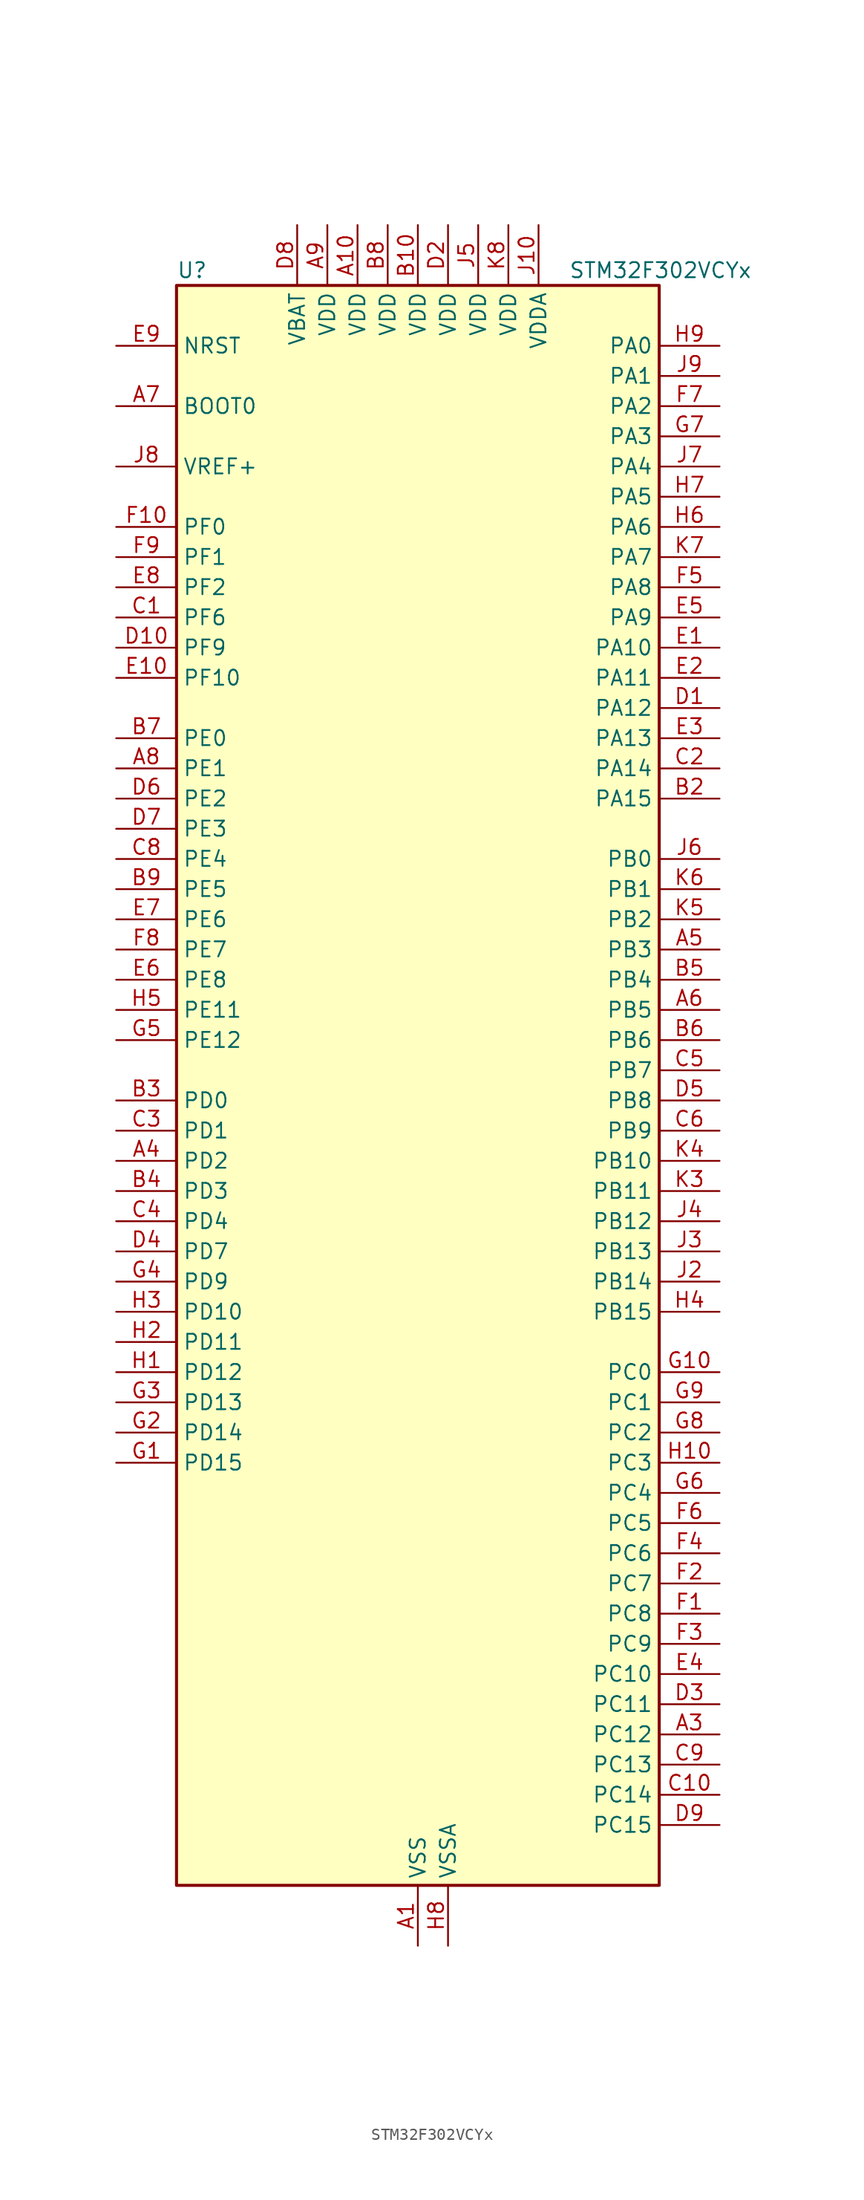
<source format=kicad_sym>
(kicad_symbol_lib
  (version 20241209)
  (generator "kicad_symbol_editor")
  (generator_version "9.0")
  (symbol "STM32F302VCYx"
    (property "Reference" "U"
      (at -20.32 69.85 0)
      (effects (font (size 1.27 1.27)) (justify left)))
    (property "Value" "STM32F302VCYx"
      (at 12.7 69.85 0)
      (effects (font (size 1.27 1.27)) (justify left)))
    (symbol "STM32F302VCYx_0_1"
      (rectangle (start -20.32 -66.04) (end 20.32 68.58) (stroke (width 0.254) (type default)) (fill (type background))))
    (symbol "STM32F302VCYx_1_1"
      (pin input line (at -25.4 63.5 0) (length 5.08) (name "NRST" (effects (font (size 1.27 1.27)))) (number "E9" (effects (font (size 1.27 1.27)))))
      (pin input line (at -25.4 58.42 0) (length 5.08) (name "BOOT0" (effects (font (size 1.27 1.27)))) (number "A7" (effects (font (size 1.27 1.27)))))
      (pin input line (at -25.4 53.34 0) (length 5.08) (name "VREF+" (effects (font (size 1.27 1.27)))) (number "J8" (effects (font (size 1.27 1.27)))))
      (pin bidirectional line (at -25.4 48.26 0) (length 5.08) (name "PF0" (effects (font (size 1.27 1.27)))) (number "F10" (effects (font (size 1.27 1.27)))) (alternate "I2C2_SDA" bidirectional line) (alternate "RCC_OSC_IN" bidirectional line) (alternate "TIM1_CH3N" bidirectional line))
      (pin bidirectional line (at -25.4 45.72 0) (length 5.08) (name "PF1" (effects (font (size 1.27 1.27)))) (number "F9" (effects (font (size 1.27 1.27)))) (alternate "I2C2_SCL" bidirectional line) (alternate "RCC_OSC_OUT" bidirectional line))
      (pin bidirectional line (at -25.4 43.18 0) (length 5.08) (name "PF2" (effects (font (size 1.27 1.27)))) (number "E8" (effects (font (size 1.27 1.27)))) (alternate "ADC1_IN10" bidirectional line) (alternate "ADC2_IN10" bidirectional line))
      (pin bidirectional line (at -25.4 40.64 0) (length 5.08) (name "PF6" (effects (font (size 1.27 1.27)))) (number "C1" (effects (font (size 1.27 1.27)))) (alternate "I2C2_SCL" bidirectional line) (alternate "TIM4_CH4" bidirectional line) (alternate "USART3_DE" bidirectional line) (alternate "USART3_RTS" bidirectional line))
      (pin bidirectional line (at -25.4 38.1 0) (length 5.08) (name "PF9" (effects (font (size 1.27 1.27)))) (number "D10" (effects (font (size 1.27 1.27)))) (alternate "DAC_EXTI9" bidirectional line) (alternate "SPI2_SCK" bidirectional line) (alternate "TIM15_CH1" bidirectional line))
      (pin bidirectional line (at -25.4 35.56 0) (length 5.08) (name "PF10" (effects (font (size 1.27 1.27)))) (number "E10" (effects (font (size 1.27 1.27)))) (alternate "SPI2_SCK" bidirectional line) (alternate "TIM15_CH2" bidirectional line))
      (pin bidirectional line (at -25.4 30.48 0) (length 5.08) (name "PE0" (effects (font (size 1.27 1.27)))) (number "B7" (effects (font (size 1.27 1.27)))) (alternate "TIM16_CH1" bidirectional line) (alternate "TIM4_ETR" bidirectional line) (alternate "USART1_TX" bidirectional line))
      (pin bidirectional line (at -25.4 27.94 0) (length 5.08) (name "PE1" (effects (font (size 1.27 1.27)))) (number "A8" (effects (font (size 1.27 1.27)))) (alternate "TIM17_CH1" bidirectional line) (alternate "USART1_RX" bidirectional line))
      (pin bidirectional line (at -25.4 25.4 0) (length 5.08) (name "PE2" (effects (font (size 1.27 1.27)))) (number "D6" (effects (font (size 1.27 1.27)))) (alternate "SYS_TRACECK" bidirectional line) (alternate "TIM3_CH1" bidirectional line) (alternate "TSC_G7_IO1" bidirectional line))
      (pin bidirectional line (at -25.4 22.86 0) (length 5.08) (name "PE3" (effects (font (size 1.27 1.27)))) (number "D7" (effects (font (size 1.27 1.27)))) (alternate "SYS_TRACED0" bidirectional line) (alternate "TIM3_CH2" bidirectional line) (alternate "TSC_G7_IO2" bidirectional line))
      (pin bidirectional line (at -25.4 20.32 0) (length 5.08) (name "PE4" (effects (font (size 1.27 1.27)))) (number "C8" (effects (font (size 1.27 1.27)))) (alternate "SYS_TRACED1" bidirectional line) (alternate "TIM3_CH3" bidirectional line) (alternate "TSC_G7_IO3" bidirectional line))
      (pin bidirectional line (at -25.4 17.78 0) (length 5.08) (name "PE5" (effects (font (size 1.27 1.27)))) (number "B9" (effects (font (size 1.27 1.27)))) (alternate "SYS_TRACED2" bidirectional line) (alternate "TIM3_CH4" bidirectional line) (alternate "TSC_G7_IO4" bidirectional line))
      (pin bidirectional line (at -25.4 15.24 0) (length 5.08) (name "PE6" (effects (font (size 1.27 1.27)))) (number "E7" (effects (font (size 1.27 1.27)))) (alternate "RTC_TAMP3" bidirectional line) (alternate "SYS_TRACED3" bidirectional line) (alternate "SYS_WKUP3" bidirectional line))
      (pin bidirectional line (at -25.4 12.7 0) (length 5.08) (name "PE7" (effects (font (size 1.27 1.27)))) (number "F8" (effects (font (size 1.27 1.27)))) (alternate "COMP4_INP" bidirectional line) (alternate "TIM1_ETR" bidirectional line))
      (pin bidirectional line (at -25.4 10.16 0) (length 5.08) (name "PE8" (effects (font (size 1.27 1.27)))) (number "E6" (effects (font (size 1.27 1.27)))) (alternate "COMP4_INM" bidirectional line) (alternate "TIM1_CH1N" bidirectional line))
      (pin bidirectional line (at -25.4 7.62 0) (length 5.08) (name "PE11" (effects (font (size 1.27 1.27)))) (number "H5" (effects (font (size 1.27 1.27)))) (alternate "ADC1_EXTI11" bidirectional line) (alternate "ADC2_EXTI11" bidirectional line) (alternate "TIM1_CH2" bidirectional line))
      (pin bidirectional line (at -25.4 5.08 0) (length 5.08) (name "PE12" (effects (font (size 1.27 1.27)))) (number "G5" (effects (font (size 1.27 1.27)))) (alternate "TIM1_CH3N" bidirectional line))
      (pin bidirectional line (at -25.4 0 0) (length 5.08) (name "PD0" (effects (font (size 1.27 1.27)))) (number "B3" (effects (font (size 1.27 1.27)))) (alternate "CAN_RX" bidirectional line))
      (pin bidirectional line (at -25.4 -2.54 0) (length 5.08) (name "PD1" (effects (font (size 1.27 1.27)))) (number "C3" (effects (font (size 1.27 1.27)))) (alternate "CAN_TX" bidirectional line))
      (pin bidirectional line (at -25.4 -5.08 0) (length 5.08) (name "PD2" (effects (font (size 1.27 1.27)))) (number "A4" (effects (font (size 1.27 1.27)))) (alternate "TIM3_ETR" bidirectional line) (alternate "UART5_RX" bidirectional line))
      (pin bidirectional line (at -25.4 -7.62 0) (length 5.08) (name "PD3" (effects (font (size 1.27 1.27)))) (number "B4" (effects (font (size 1.27 1.27)))) (alternate "TIM2_CH1" bidirectional line) (alternate "TIM2_ETR" bidirectional line) (alternate "USART2_CTS" bidirectional line))
      (pin bidirectional line (at -25.4 -10.16 0) (length 5.08) (name "PD4" (effects (font (size 1.27 1.27)))) (number "C4" (effects (font (size 1.27 1.27)))) (alternate "TIM2_CH2" bidirectional line) (alternate "USART2_DE" bidirectional line) (alternate "USART2_RTS" bidirectional line))
      (pin bidirectional line (at -25.4 -12.7 0) (length 5.08) (name "PD7" (effects (font (size 1.27 1.27)))) (number "D4" (effects (font (size 1.27 1.27)))) (alternate "TIM2_CH3" bidirectional line) (alternate "USART2_CK" bidirectional line))
      (pin bidirectional line (at -25.4 -15.24 0) (length 5.08) (name "PD9" (effects (font (size 1.27 1.27)))) (number "G4" (effects (font (size 1.27 1.27)))) (alternate "DAC_EXTI9" bidirectional line) (alternate "USART3_RX" bidirectional line))
      (pin bidirectional line (at -25.4 -17.78 0) (length 5.08) (name "PD10" (effects (font (size 1.27 1.27)))) (number "H3" (effects (font (size 1.27 1.27)))) (alternate "COMP6_INM" bidirectional line) (alternate "USART3_CK" bidirectional line))
      (pin bidirectional line (at -25.4 -20.32 0) (length 5.08) (name "PD11" (effects (font (size 1.27 1.27)))) (number "H2" (effects (font (size 1.27 1.27)))) (alternate "ADC1_EXTI11" bidirectional line) (alternate "ADC2_EXTI11" bidirectional line) (alternate "COMP6_INP" bidirectional line) (alternate "USART3_CTS" bidirectional line))
      (pin bidirectional line (at -25.4 -22.86 0) (length 5.08) (name "PD12" (effects (font (size 1.27 1.27)))) (number "H1" (effects (font (size 1.27 1.27)))) (alternate "TIM4_CH1" bidirectional line) (alternate "TSC_G8_IO1" bidirectional line) (alternate "USART3_DE" bidirectional line) (alternate "USART3_RTS" bidirectional line))
      (pin bidirectional line (at -25.4 -25.4 0) (length 5.08) (name "PD13" (effects (font (size 1.27 1.27)))) (number "G3" (effects (font (size 1.27 1.27)))) (alternate "TIM4_CH2" bidirectional line) (alternate "TSC_G8_IO2" bidirectional line))
      (pin bidirectional line (at -25.4 -27.94 0) (length 5.08) (name "PD14" (effects (font (size 1.27 1.27)))) (number "G2" (effects (font (size 1.27 1.27)))) (alternate "OPAMP2_VINP" bidirectional line) (alternate "OPAMP2_VINP_SEC" bidirectional line) (alternate "TIM4_CH3" bidirectional line) (alternate "TSC_G8_IO3" bidirectional line))
      (pin bidirectional line (at -25.4 -30.48 0) (length 5.08) (name "PD15" (effects (font (size 1.27 1.27)))) (number "G1" (effects (font (size 1.27 1.27)))) (alternate "ADC1_EXTI15" bidirectional line) (alternate "ADC2_EXTI15" bidirectional line) (alternate "SPI2_NSS" bidirectional line) (alternate "TIM4_CH4" bidirectional line) (alternate "TSC_G8_IO4" bidirectional line))
      (pin power_in line (at -10.16 73.66 270) (length 5.08) (name "VBAT" (effects (font (size 1.27 1.27)))) (number "D8" (effects (font (size 1.27 1.27)))))
      (pin power_in line (at -7.62 73.66 270) (length 5.08) (name "VDD" (effects (font (size 1.27 1.27)))) (number "A9" (effects (font (size 1.27 1.27)))))
      (pin power_in line (at -5.08 73.66 270) (length 5.08) (name "VDD" (effects (font (size 1.27 1.27)))) (number "A10" (effects (font (size 1.27 1.27)))))
      (pin power_in line (at -2.54 73.66 270) (length 5.08) (name "VDD" (effects (font (size 1.27 1.27)))) (number "B8" (effects (font (size 1.27 1.27)))))
      (pin power_in line (at 0 73.66 270) (length 5.08) (name "VDD" (effects (font (size 1.27 1.27)))) (number "B10" (effects (font (size 1.27 1.27)))))
      (pin power_in line (at 0 -71.12 90) (length 5.08) (name "VSS" (effects (font (size 1.27 1.27)))) (number "A1" (effects (font (size 1.27 1.27)))))
      (pin passive line (at 0 -71.12 90) (length 5.08) (hide yes) (name "VSS" (effects (font (size 1.27 1.27)))) (number "A2" (effects (font (size 1.27 1.27)))))
      (pin passive line (at 0 -71.12 90) (length 5.08) (hide yes) (name "VSS" (effects (font (size 1.27 1.27)))) (number "B1" (effects (font (size 1.27 1.27)))))
      (pin passive line (at 0 -71.12 90) (length 5.08) (hide yes) (name "VSS" (effects (font (size 1.27 1.27)))) (number "C7" (effects (font (size 1.27 1.27)))))
      (pin passive line (at 0 -71.12 90) (length 5.08) (hide yes) (name "VSS" (effects (font (size 1.27 1.27)))) (number "J1" (effects (font (size 1.27 1.27)))))
      (pin passive line (at 0 -71.12 90) (length 5.08) (hide yes) (name "VSS" (effects (font (size 1.27 1.27)))) (number "K1" (effects (font (size 1.27 1.27)))))
      (pin passive line (at 0 -71.12 90) (length 5.08) (hide yes) (name "VSS" (effects (font (size 1.27 1.27)))) (number "K10" (effects (font (size 1.27 1.27)))))
      (pin passive line (at 0 -71.12 90) (length 5.08) (hide yes) (name "VSS" (effects (font (size 1.27 1.27)))) (number "K2" (effects (font (size 1.27 1.27)))))
      (pin passive line (at 0 -71.12 90) (length 5.08) (hide yes) (name "VSS" (effects (font (size 1.27 1.27)))) (number "K9" (effects (font (size 1.27 1.27)))))
      (pin power_in line (at 2.54 73.66 270) (length 5.08) (name "VDD" (effects (font (size 1.27 1.27)))) (number "D2" (effects (font (size 1.27 1.27)))))
      (pin power_in line (at 2.54 -71.12 90) (length 5.08) (name "VSSA" (effects (font (size 1.27 1.27)))) (number "H8" (effects (font (size 1.27 1.27)))))
      (pin power_in line (at 5.08 73.66 270) (length 5.08) (name "VDD" (effects (font (size 1.27 1.27)))) (number "J5" (effects (font (size 1.27 1.27)))))
      (pin power_in line (at 7.62 73.66 270) (length 5.08) (name "VDD" (effects (font (size 1.27 1.27)))) (number "K8" (effects (font (size 1.27 1.27)))))
      (pin power_in line (at 10.16 73.66 270) (length 5.08) (name "VDDA" (effects (font (size 1.27 1.27)))) (number "J10" (effects (font (size 1.27 1.27)))))
      (pin bidirectional line (at 25.4 63.5 180) (length 5.08) (name "PA0" (effects (font (size 1.27 1.27)))) (number "H9" (effects (font (size 1.27 1.27)))) (alternate "ADC1_IN1" bidirectional line) (alternate "COMP1_INM" bidirectional line) (alternate "COMP1_OUT" bidirectional line) (alternate "RTC_TAMP2" bidirectional line) (alternate "SYS_WKUP1" bidirectional line) (alternate "TIM2_CH1" bidirectional line) (alternate "TIM2_ETR" bidirectional line) (alternate "TSC_G1_IO1" bidirectional line) (alternate "USART2_CTS" bidirectional line))
      (pin bidirectional line (at 25.4 60.96 180) (length 5.08) (name "PA1" (effects (font (size 1.27 1.27)))) (number "J9" (effects (font (size 1.27 1.27)))) (alternate "ADC1_IN2" bidirectional line) (alternate "COMP1_INP" bidirectional line) (alternate "OPAMP1_VINP" bidirectional line) (alternate "OPAMP1_VINP_SEC" bidirectional line) (alternate "RTC_REFIN" bidirectional line) (alternate "TIM15_CH1N" bidirectional line) (alternate "TIM2_CH2" bidirectional line) (alternate "TSC_G1_IO2" bidirectional line) (alternate "USART2_DE" bidirectional line) (alternate "USART2_RTS" bidirectional line))
      (pin bidirectional line (at 25.4 58.42 180) (length 5.08) (name "PA2" (effects (font (size 1.27 1.27)))) (number "F7" (effects (font (size 1.27 1.27)))) (alternate "ADC1_IN3" bidirectional line) (alternate "COMP2_INM" bidirectional line) (alternate "COMP2_OUT" bidirectional line) (alternate "OPAMP1_VOUT" bidirectional line) (alternate "TIM15_CH1" bidirectional line) (alternate "TIM2_CH3" bidirectional line) (alternate "TSC_G1_IO3" bidirectional line) (alternate "USART2_TX" bidirectional line))
      (pin bidirectional line (at 25.4 55.88 180) (length 5.08) (name "PA3" (effects (font (size 1.27 1.27)))) (number "G7" (effects (font (size 1.27 1.27)))) (alternate "ADC1_IN4" bidirectional line) (alternate "COMP2_INP" bidirectional line) (alternate "OPAMP1_VINM" bidirectional line) (alternate "OPAMP1_VINM_SEC" bidirectional line) (alternate "OPAMP1_VINP" bidirectional line) (alternate "OPAMP1_VINP_SEC" bidirectional line) (alternate "TIM15_CH2" bidirectional line) (alternate "TIM2_CH4" bidirectional line) (alternate "TSC_G1_IO4" bidirectional line) (alternate "USART2_RX" bidirectional line))
      (pin bidirectional line (at 25.4 53.34 180) (length 5.08) (name "PA4" (effects (font (size 1.27 1.27)))) (number "J7" (effects (font (size 1.27 1.27)))) (alternate "ADC2_IN1" bidirectional line) (alternate "COMP1_INM" bidirectional line) (alternate "COMP2_INM" bidirectional line) (alternate "COMP4_INM" bidirectional line) (alternate "COMP6_INM" bidirectional line) (alternate "DAC_OUT1" bidirectional line) (alternate "I2S3_WS" bidirectional line) (alternate "SPI1_NSS" bidirectional line) (alternate "SPI3_NSS" bidirectional line) (alternate "TIM3_CH2" bidirectional line) (alternate "TSC_G2_IO1" bidirectional line) (alternate "USART2_CK" bidirectional line))
      (pin bidirectional line (at 25.4 50.8 180) (length 5.08) (name "PA5" (effects (font (size 1.27 1.27)))) (number "H7" (effects (font (size 1.27 1.27)))) (alternate "ADC2_IN2" bidirectional line) (alternate "COMP1_INM" bidirectional line) (alternate "COMP2_INM" bidirectional line) (alternate "COMP4_INM" bidirectional line) (alternate "COMP6_INM" bidirectional line) (alternate "OPAMP1_VINP" bidirectional line) (alternate "OPAMP1_VINP_SEC" bidirectional line) (alternate "OPAMP2_VINM" bidirectional line) (alternate "OPAMP2_VINM_SEC" bidirectional line) (alternate "SPI1_SCK" bidirectional line) (alternate "TIM2_CH1" bidirectional line) (alternate "TIM2_ETR" bidirectional line) (alternate "TSC_G2_IO2" bidirectional line))
      (pin bidirectional line (at 25.4 48.26 180) (length 5.08) (name "PA6" (effects (font (size 1.27 1.27)))) (number "H6" (effects (font (size 1.27 1.27)))) (alternate "ADC2_IN3" bidirectional line) (alternate "COMP1_OUT" bidirectional line) (alternate "OPAMP2_VOUT" bidirectional line) (alternate "SPI1_MISO" bidirectional line) (alternate "TIM16_CH1" bidirectional line) (alternate "TIM1_BKIN" bidirectional line) (alternate "TIM3_CH1" bidirectional line) (alternate "TSC_G2_IO3" bidirectional line))
      (pin bidirectional line (at 25.4 45.72 180) (length 5.08) (name "PA7" (effects (font (size 1.27 1.27)))) (number "K7" (effects (font (size 1.27 1.27)))) (alternate "ADC2_IN4" bidirectional line) (alternate "COMP2_INP" bidirectional line) (alternate "COMP2_OUT" bidirectional line) (alternate "OPAMP1_VINP" bidirectional line) (alternate "OPAMP1_VINP_SEC" bidirectional line) (alternate "OPAMP2_VINP" bidirectional line) (alternate "OPAMP2_VINP_SEC" bidirectional line) (alternate "SPI1_MOSI" bidirectional line) (alternate "TIM17_CH1" bidirectional line) (alternate "TIM1_CH1N" bidirectional line) (alternate "TIM3_CH2" bidirectional line) (alternate "TSC_G2_IO4" bidirectional line))
      (pin bidirectional line (at 25.4 43.18 180) (length 5.08) (name "PA8" (effects (font (size 1.27 1.27)))) (number "F5" (effects (font (size 1.27 1.27)))) (alternate "I2C2_SMBA" bidirectional line) (alternate "I2S2_MCK" bidirectional line) (alternate "RCC_MCO" bidirectional line) (alternate "TIM1_CH1" bidirectional line) (alternate "TIM4_ETR" bidirectional line) (alternate "USART1_CK" bidirectional line))
      (pin bidirectional line (at 25.4 40.64 180) (length 5.08) (name "PA9" (effects (font (size 1.27 1.27)))) (number "E5" (effects (font (size 1.27 1.27)))) (alternate "DAC_EXTI9" bidirectional line) (alternate "I2C2_SCL" bidirectional line) (alternate "I2S3_MCK" bidirectional line) (alternate "TIM15_BKIN" bidirectional line) (alternate "TIM1_CH2" bidirectional line) (alternate "TIM2_CH3" bidirectional line) (alternate "TSC_G4_IO1" bidirectional line) (alternate "USART1_TX" bidirectional line))
      (pin bidirectional line (at 25.4 38.1 180) (length 5.08) (name "PA10" (effects (font (size 1.27 1.27)))) (number "E1" (effects (font (size 1.27 1.27)))) (alternate "COMP6_OUT" bidirectional line) (alternate "I2C2_SDA" bidirectional line) (alternate "TIM17_BKIN" bidirectional line) (alternate "TIM1_CH3" bidirectional line) (alternate "TIM2_CH4" bidirectional line) (alternate "TSC_G4_IO2" bidirectional line) (alternate "USART1_RX" bidirectional line))
      (pin bidirectional line (at 25.4 35.56 180) (length 5.08) (name "PA11" (effects (font (size 1.27 1.27)))) (number "E2" (effects (font (size 1.27 1.27)))) (alternate "ADC1_EXTI11" bidirectional line) (alternate "ADC2_EXTI11" bidirectional line) (alternate "CAN_RX" bidirectional line) (alternate "COMP1_OUT" bidirectional line) (alternate "TIM1_BKIN2" bidirectional line) (alternate "TIM1_CH1N" bidirectional line) (alternate "TIM1_CH4" bidirectional line) (alternate "TIM4_CH1" bidirectional line) (alternate "USART1_CTS" bidirectional line) (alternate "USB_DM" bidirectional line))
      (pin bidirectional line (at 25.4 33.02 180) (length 5.08) (name "PA12" (effects (font (size 1.27 1.27)))) (number "D1" (effects (font (size 1.27 1.27)))) (alternate "CAN_TX" bidirectional line) (alternate "COMP2_OUT" bidirectional line) (alternate "TIM16_CH1" bidirectional line) (alternate "TIM1_CH2N" bidirectional line) (alternate "TIM1_ETR" bidirectional line) (alternate "TIM4_CH2" bidirectional line) (alternate "USART1_DE" bidirectional line) (alternate "USART1_RTS" bidirectional line) (alternate "USB_DP" bidirectional line))
      (pin bidirectional line (at 25.4 30.48 180) (length 5.08) (name "PA13" (effects (font (size 1.27 1.27)))) (number "E3" (effects (font (size 1.27 1.27)))) (alternate "IR_OUT" bidirectional line) (alternate "SYS_JTMS-SWDIO" bidirectional line) (alternate "TIM16_CH1N" bidirectional line) (alternate "TIM4_CH3" bidirectional line) (alternate "TSC_G4_IO3" bidirectional line) (alternate "USART3_CTS" bidirectional line))
      (pin bidirectional line (at 25.4 27.94 180) (length 5.08) (name "PA14" (effects (font (size 1.27 1.27)))) (number "C2" (effects (font (size 1.27 1.27)))) (alternate "I2C1_SDA" bidirectional line) (alternate "SYS_JTCK-SWCLK" bidirectional line) (alternate "TIM1_BKIN" bidirectional line) (alternate "TSC_G4_IO4" bidirectional line) (alternate "USART2_TX" bidirectional line))
      (pin bidirectional line (at 25.4 25.4 180) (length 5.08) (name "PA15" (effects (font (size 1.27 1.27)))) (number "B2" (effects (font (size 1.27 1.27)))) (alternate "ADC1_EXTI15" bidirectional line) (alternate "ADC2_EXTI15" bidirectional line) (alternate "I2C1_SCL" bidirectional line) (alternate "I2S3_WS" bidirectional line) (alternate "SPI1_NSS" bidirectional line) (alternate "SPI3_NSS" bidirectional line) (alternate "SYS_JTDI" bidirectional line) (alternate "TIM1_BKIN" bidirectional line) (alternate "TIM2_CH1" bidirectional line) (alternate "TIM2_ETR" bidirectional line) (alternate "USART2_RX" bidirectional line))
      (pin bidirectional line (at 25.4 20.32 180) (length 5.08) (name "PB0" (effects (font (size 1.27 1.27)))) (number "J6" (effects (font (size 1.27 1.27)))) (alternate "COMP4_INP" bidirectional line) (alternate "OPAMP2_VINP" bidirectional line) (alternate "OPAMP2_VINP_SEC" bidirectional line) (alternate "TIM1_CH2N" bidirectional line) (alternate "TIM3_CH3" bidirectional line) (alternate "TSC_G3_IO2" bidirectional line))
      (pin bidirectional line (at 25.4 17.78 180) (length 5.08) (name "PB1" (effects (font (size 1.27 1.27)))) (number "K6" (effects (font (size 1.27 1.27)))) (alternate "COMP4_OUT" bidirectional line) (alternate "TIM1_CH3N" bidirectional line) (alternate "TIM3_CH4" bidirectional line) (alternate "TSC_G3_IO3" bidirectional line))
      (pin bidirectional line (at 25.4 15.24 180) (length 5.08) (name "PB2" (effects (font (size 1.27 1.27)))) (number "K5" (effects (font (size 1.27 1.27)))) (alternate "ADC2_IN12" bidirectional line) (alternate "COMP4_INM" bidirectional line) (alternate "TSC_G3_IO4" bidirectional line))
      (pin bidirectional line (at 25.4 12.7 180) (length 5.08) (name "PB3" (effects (font (size 1.27 1.27)))) (number "A5" (effects (font (size 1.27 1.27)))) (alternate "I2S3_CK" bidirectional line) (alternate "SPI1_SCK" bidirectional line) (alternate "SPI3_SCK" bidirectional line) (alternate "SYS_JTDO-TRACESWO" bidirectional line) (alternate "TIM2_CH2" bidirectional line) (alternate "TIM3_ETR" bidirectional line) (alternate "TIM4_ETR" bidirectional line) (alternate "TSC_G5_IO1" bidirectional line) (alternate "USART2_TX" bidirectional line))
      (pin bidirectional line (at 25.4 10.16 180) (length 5.08) (name "PB4" (effects (font (size 1.27 1.27)))) (number "B5" (effects (font (size 1.27 1.27)))) (alternate "I2S3_ext_SD" bidirectional line) (alternate "SPI1_MISO" bidirectional line) (alternate "SPI3_MISO" bidirectional line) (alternate "SYS_NJTRST" bidirectional line) (alternate "TIM16_CH1" bidirectional line) (alternate "TIM17_BKIN" bidirectional line) (alternate "TIM3_CH1" bidirectional line) (alternate "TSC_G5_IO2" bidirectional line) (alternate "USART2_RX" bidirectional line))
      (pin bidirectional line (at 25.4 7.62 180) (length 5.08) (name "PB5" (effects (font (size 1.27 1.27)))) (number "A6" (effects (font (size 1.27 1.27)))) (alternate "I2C1_SMBA" bidirectional line) (alternate "I2S3_SD" bidirectional line) (alternate "SPI1_MOSI" bidirectional line) (alternate "SPI3_MOSI" bidirectional line) (alternate "TIM16_BKIN" bidirectional line) (alternate "TIM17_CH1" bidirectional line) (alternate "TIM3_CH2" bidirectional line) (alternate "USART2_CK" bidirectional line))
      (pin bidirectional line (at 25.4 5.08 180) (length 5.08) (name "PB6" (effects (font (size 1.27 1.27)))) (number "B6" (effects (font (size 1.27 1.27)))) (alternate "I2C1_SCL" bidirectional line) (alternate "TIM16_CH1N" bidirectional line) (alternate "TIM4_CH1" bidirectional line) (alternate "TSC_G5_IO3" bidirectional line) (alternate "USART1_TX" bidirectional line))
      (pin bidirectional line (at 25.4 2.54 180) (length 5.08) (name "PB7" (effects (font (size 1.27 1.27)))) (number "C5" (effects (font (size 1.27 1.27)))) (alternate "I2C1_SDA" bidirectional line) (alternate "TIM17_CH1N" bidirectional line) (alternate "TIM3_CH4" bidirectional line) (alternate "TIM4_CH2" bidirectional line) (alternate "TSC_G5_IO4" bidirectional line) (alternate "USART1_RX" bidirectional line))
      (pin bidirectional line (at 25.4 0 180) (length 5.08) (name "PB8" (effects (font (size 1.27 1.27)))) (number "D5" (effects (font (size 1.27 1.27)))) (alternate "CAN_RX" bidirectional line) (alternate "COMP1_OUT" bidirectional line) (alternate "I2C1_SCL" bidirectional line) (alternate "TIM16_CH1" bidirectional line) (alternate "TIM1_BKIN" bidirectional line) (alternate "TIM4_CH3" bidirectional line) (alternate "TSC_SYNC" bidirectional line))
      (pin bidirectional line (at 25.4 -2.54 180) (length 5.08) (name "PB9" (effects (font (size 1.27 1.27)))) (number "C6" (effects (font (size 1.27 1.27)))) (alternate "CAN_TX" bidirectional line) (alternate "COMP2_OUT" bidirectional line) (alternate "DAC_EXTI9" bidirectional line) (alternate "I2C1_SDA" bidirectional line) (alternate "IR_OUT" bidirectional line) (alternate "TIM17_CH1" bidirectional line) (alternate "TIM4_CH4" bidirectional line))
      (pin bidirectional line (at 25.4 -5.08 180) (length 5.08) (name "PB10" (effects (font (size 1.27 1.27)))) (number "K4" (effects (font (size 1.27 1.27)))) (alternate "TIM2_CH3" bidirectional line) (alternate "TSC_SYNC" bidirectional line) (alternate "USART3_TX" bidirectional line))
      (pin bidirectional line (at 25.4 -7.62 180) (length 5.08) (name "PB11" (effects (font (size 1.27 1.27)))) (number "K3" (effects (font (size 1.27 1.27)))) (alternate "ADC1_EXTI11" bidirectional line) (alternate "ADC2_EXTI11" bidirectional line) (alternate "COMP6_INP" bidirectional line) (alternate "TIM2_CH4" bidirectional line) (alternate "TSC_G6_IO1" bidirectional line) (alternate "USART3_RX" bidirectional line))
      (pin bidirectional line (at 25.4 -10.16 180) (length 5.08) (name "PB12" (effects (font (size 1.27 1.27)))) (number "J4" (effects (font (size 1.27 1.27)))) (alternate "I2C2_SMBA" bidirectional line) (alternate "I2S2_WS" bidirectional line) (alternate "SPI2_NSS" bidirectional line) (alternate "TIM1_BKIN" bidirectional line) (alternate "TSC_G6_IO2" bidirectional line) (alternate "USART3_CK" bidirectional line))
      (pin bidirectional line (at 25.4 -12.7 180) (length 5.08) (name "PB13" (effects (font (size 1.27 1.27)))) (number "J3" (effects (font (size 1.27 1.27)))) (alternate "I2S2_CK" bidirectional line) (alternate "SPI2_SCK" bidirectional line) (alternate "TIM1_CH1N" bidirectional line) (alternate "TSC_G6_IO3" bidirectional line) (alternate "USART3_CTS" bidirectional line))
      (pin bidirectional line (at 25.4 -15.24 180) (length 5.08) (name "PB14" (effects (font (size 1.27 1.27)))) (number "J2" (effects (font (size 1.27 1.27)))) (alternate "I2S2_ext_SD" bidirectional line) (alternate "OPAMP2_VINP" bidirectional line) (alternate "OPAMP2_VINP_SEC" bidirectional line) (alternate "SPI2_MISO" bidirectional line) (alternate "TIM15_CH1" bidirectional line) (alternate "TIM1_CH2N" bidirectional line) (alternate "TSC_G6_IO4" bidirectional line) (alternate "USART3_DE" bidirectional line) (alternate "USART3_RTS" bidirectional line))
      (pin bidirectional line (at 25.4 -17.78 180) (length 5.08) (name "PB15" (effects (font (size 1.27 1.27)))) (number "H4" (effects (font (size 1.27 1.27)))) (alternate "ADC1_EXTI15" bidirectional line) (alternate "ADC2_EXTI15" bidirectional line) (alternate "COMP6_INM" bidirectional line) (alternate "I2S2_SD" bidirectional line) (alternate "RTC_REFIN" bidirectional line) (alternate "SPI2_MOSI" bidirectional line) (alternate "TIM15_CH1N" bidirectional line) (alternate "TIM15_CH2" bidirectional line) (alternate "TIM1_CH3N" bidirectional line))
      (pin bidirectional line (at 25.4 -22.86 180) (length 5.08) (name "PC0" (effects (font (size 1.27 1.27)))) (number "G10" (effects (font (size 1.27 1.27)))) (alternate "ADC1_IN6" bidirectional line) (alternate "ADC2_IN6" bidirectional line))
      (pin bidirectional line (at 25.4 -25.4 180) (length 5.08) (name "PC1" (effects (font (size 1.27 1.27)))) (number "G9" (effects (font (size 1.27 1.27)))) (alternate "ADC1_IN7" bidirectional line) (alternate "ADC2_IN7" bidirectional line))
      (pin bidirectional line (at 25.4 -27.94 180) (length 5.08) (name "PC2" (effects (font (size 1.27 1.27)))) (number "G8" (effects (font (size 1.27 1.27)))) (alternate "ADC1_IN8" bidirectional line) (alternate "ADC2_IN8" bidirectional line))
      (pin bidirectional line (at 25.4 -30.48 180) (length 5.08) (name "PC3" (effects (font (size 1.27 1.27)))) (number "H10" (effects (font (size 1.27 1.27)))) (alternate "ADC1_IN9" bidirectional line) (alternate "ADC2_IN9" bidirectional line) (alternate "TIM1_BKIN2" bidirectional line))
      (pin bidirectional line (at 25.4 -33.02 180) (length 5.08) (name "PC4" (effects (font (size 1.27 1.27)))) (number "G6" (effects (font (size 1.27 1.27)))) (alternate "ADC2_IN5" bidirectional line) (alternate "USART1_TX" bidirectional line))
      (pin bidirectional line (at 25.4 -35.56 180) (length 5.08) (name "PC5" (effects (font (size 1.27 1.27)))) (number "F6" (effects (font (size 1.27 1.27)))) (alternate "ADC2_IN11" bidirectional line) (alternate "OPAMP1_VINM" bidirectional line) (alternate "OPAMP1_VINM_SEC" bidirectional line) (alternate "OPAMP2_VINM" bidirectional line) (alternate "OPAMP2_VINM_SEC" bidirectional line) (alternate "TSC_G3_IO1" bidirectional line) (alternate "USART1_RX" bidirectional line))
      (pin bidirectional line (at 25.4 -38.1 180) (length 5.08) (name "PC6" (effects (font (size 1.27 1.27)))) (number "F4" (effects (font (size 1.27 1.27)))) (alternate "COMP6_OUT" bidirectional line) (alternate "I2S2_MCK" bidirectional line) (alternate "TIM3_CH1" bidirectional line))
      (pin bidirectional line (at 25.4 -40.64 180) (length 5.08) (name "PC7" (effects (font (size 1.27 1.27)))) (number "F2" (effects (font (size 1.27 1.27)))) (alternate "I2S3_MCK" bidirectional line) (alternate "TIM3_CH2" bidirectional line))
      (pin bidirectional line (at 25.4 -43.18 180) (length 5.08) (name "PC8" (effects (font (size 1.27 1.27)))) (number "F1" (effects (font (size 1.27 1.27)))) (alternate "TIM3_CH3" bidirectional line))
      (pin bidirectional line (at 25.4 -45.72 180) (length 5.08) (name "PC9" (effects (font (size 1.27 1.27)))) (number "F3" (effects (font (size 1.27 1.27)))) (alternate "DAC_EXTI9" bidirectional line) (alternate "I2S_CKIN" bidirectional line) (alternate "TIM3_CH4" bidirectional line))
      (pin bidirectional line (at 25.4 -48.26 180) (length 5.08) (name "PC10" (effects (font (size 1.27 1.27)))) (number "E4" (effects (font (size 1.27 1.27)))) (alternate "I2S3_CK" bidirectional line) (alternate "SPI3_SCK" bidirectional line) (alternate "UART4_TX" bidirectional line) (alternate "USART3_TX" bidirectional line))
      (pin bidirectional line (at 25.4 -50.8 180) (length 5.08) (name "PC11" (effects (font (size 1.27 1.27)))) (number "D3" (effects (font (size 1.27 1.27)))) (alternate "ADC1_EXTI11" bidirectional line) (alternate "ADC2_EXTI11" bidirectional line) (alternate "I2S3_ext_SD" bidirectional line) (alternate "SPI3_MISO" bidirectional line) (alternate "UART4_RX" bidirectional line) (alternate "USART3_RX" bidirectional line))
      (pin bidirectional line (at 25.4 -53.34 180) (length 5.08) (name "PC12" (effects (font (size 1.27 1.27)))) (number "A3" (effects (font (size 1.27 1.27)))) (alternate "I2S3_SD" bidirectional line) (alternate "SPI3_MOSI" bidirectional line) (alternate "UART5_TX" bidirectional line) (alternate "USART3_CK" bidirectional line))
      (pin bidirectional line (at 25.4 -55.88 180) (length 5.08) (name "PC13" (effects (font (size 1.27 1.27)))) (number "C9" (effects (font (size 1.27 1.27)))) (alternate "RTC_OUT_ALARM" bidirectional line) (alternate "RTC_OUT_CALIB" bidirectional line) (alternate "RTC_TAMP1" bidirectional line) (alternate "RTC_TS" bidirectional line) (alternate "SYS_WKUP2" bidirectional line) (alternate "TIM1_CH1N" bidirectional line))
      (pin bidirectional line (at 25.4 -58.42 180) (length 5.08) (name "PC14" (effects (font (size 1.27 1.27)))) (number "C10" (effects (font (size 1.27 1.27)))) (alternate "RCC_OSC32_IN" bidirectional line))
      (pin bidirectional line (at 25.4 -60.96 180) (length 5.08) (name "PC15" (effects (font (size 1.27 1.27)))) (number "D9" (effects (font (size 1.27 1.27)))) (alternate "ADC1_EXTI15" bidirectional line) (alternate "ADC2_EXTI15" bidirectional line) (alternate "RCC_OSC32_OUT" bidirectional line)))))
</source>
